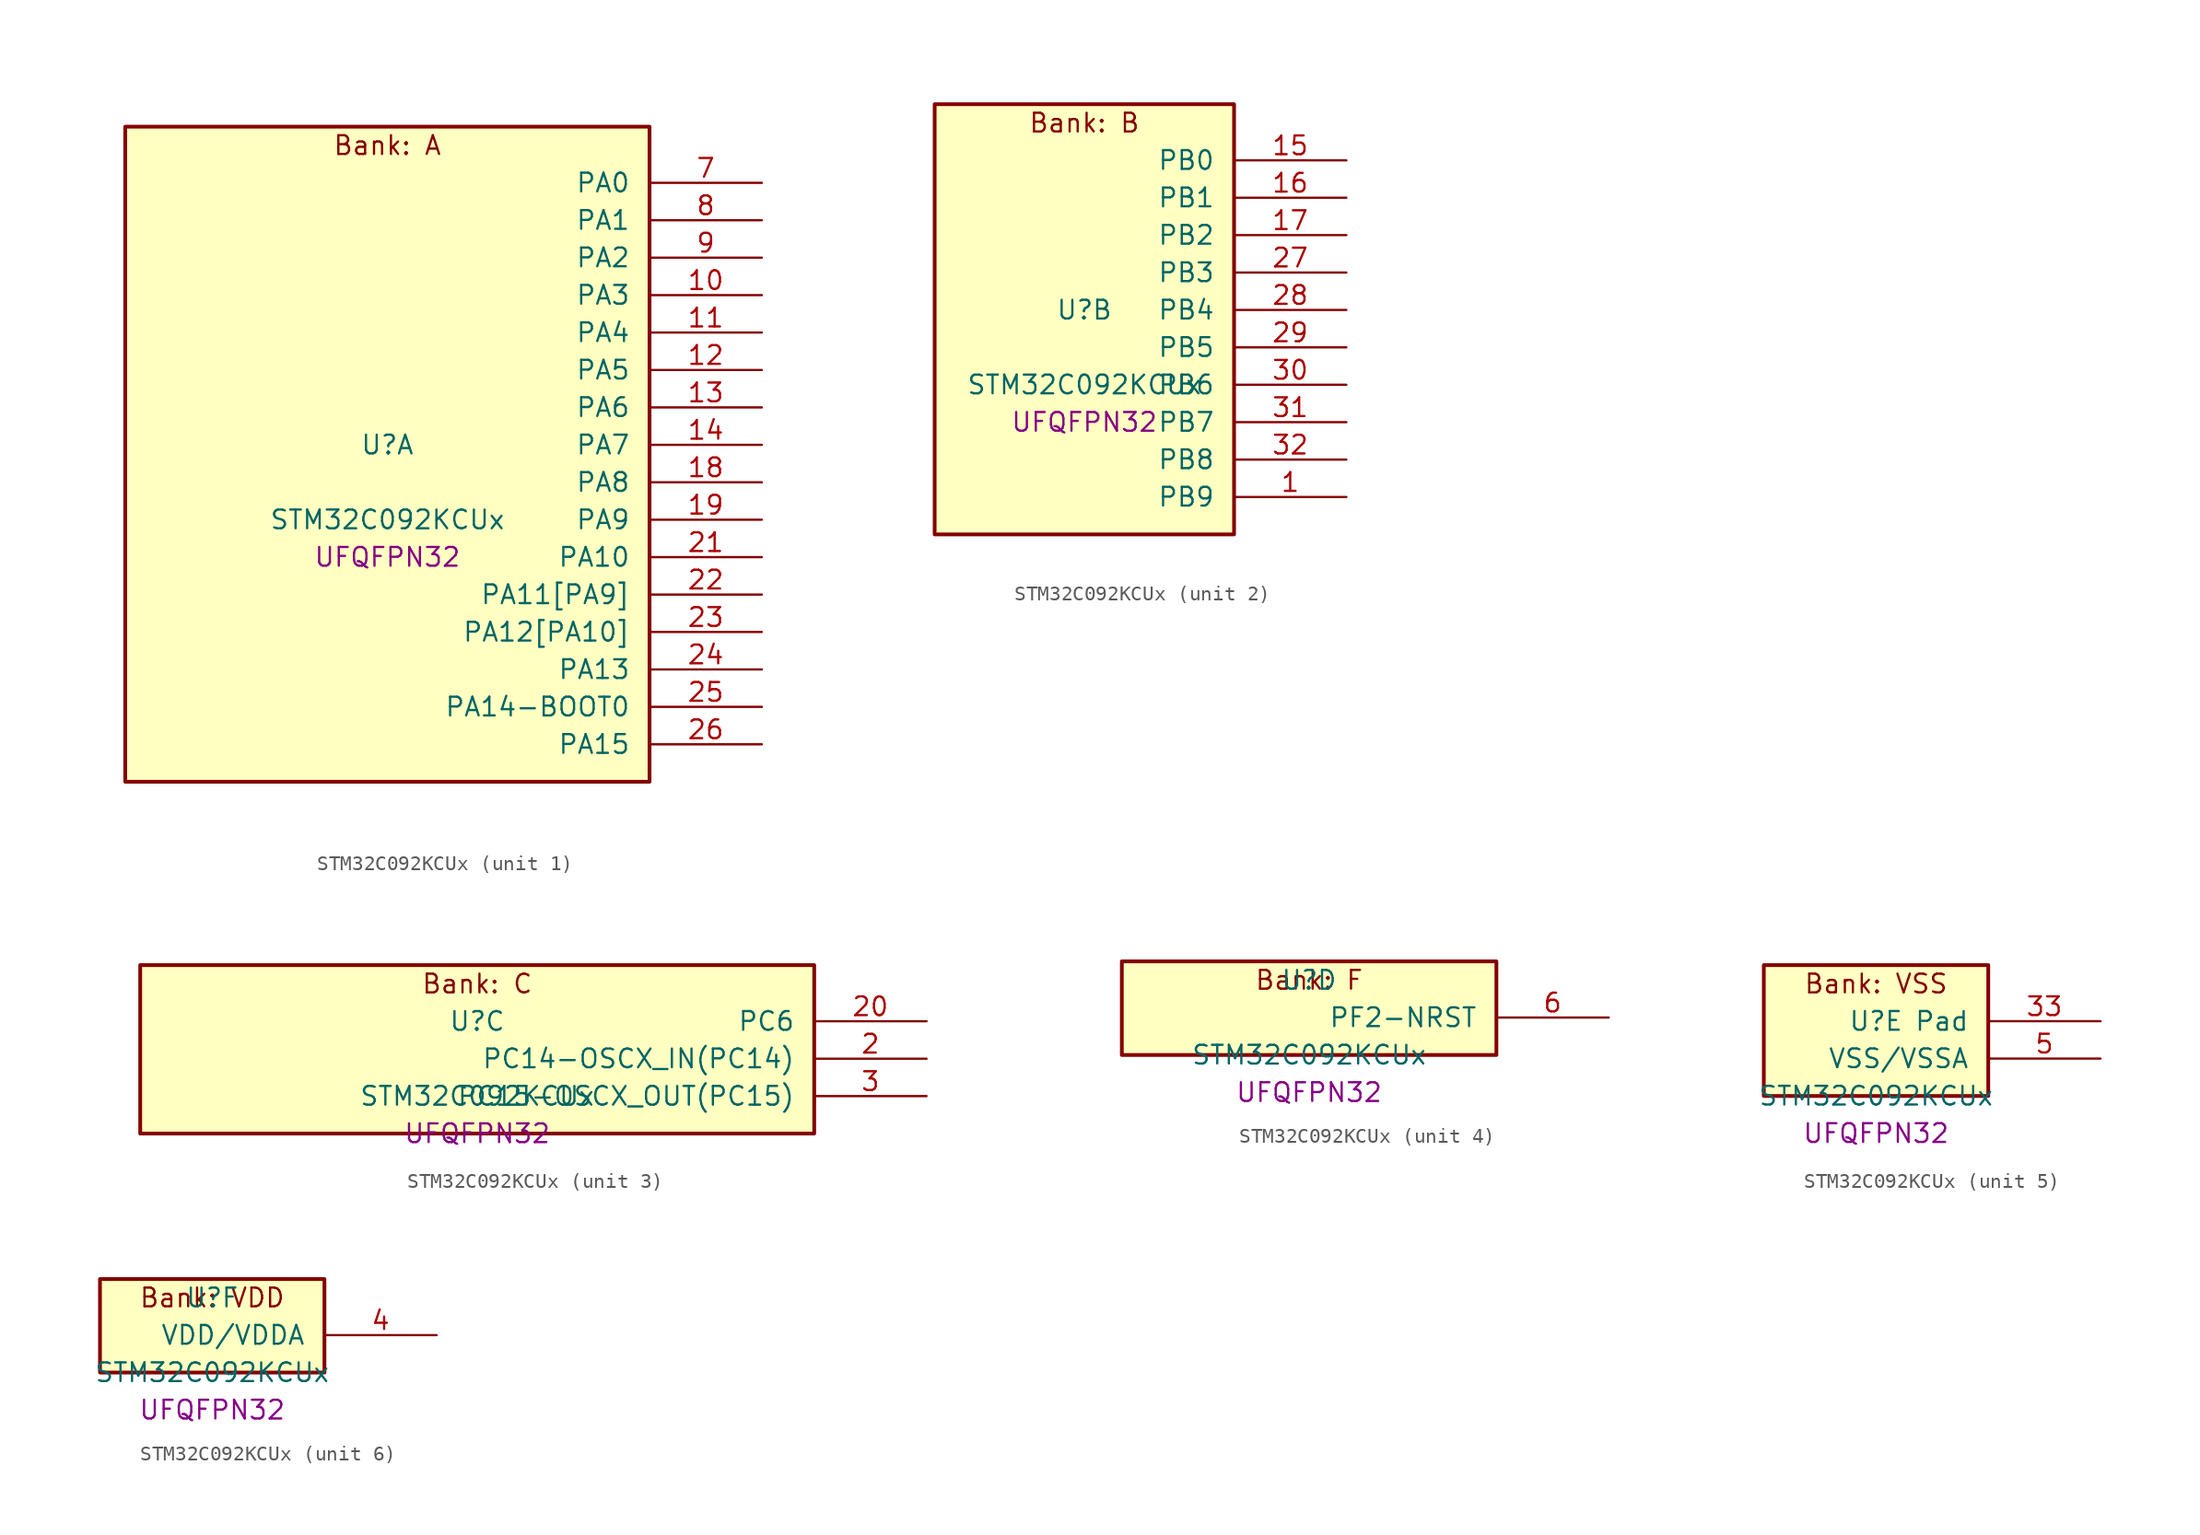
<source format=kicad_sym>
(kicad_symbol_lib
  (version 20241209)
  (generator "stm32_pkl_generator")
  (generator_version "1.0")
  (symbol "STM32C092KCUx"
    (pin_names
      (offset 1.27))
    (property "Reference" "U"
      (at 0 2.54 0))
    (property "Value" "STM32C092KCUx"
      (at 0 -2.54 0))
    (property "Footprint" "UFQFPN32"
      (at 0 -5.08 0))
    (symbol "STM32C092KCUx_1_1"
      (rectangle (start -17.78 24.13) (end 17.78 -20.32) (stroke (width 0.254) (type solid)) (fill (type background)))
      (text "Bank: A" (at 0 22.86 0))
      (pin bidirectional line (at 25.4 20.32 180) (length 7.62) (name "PA0") (number "7") (alternate "PA0/ADC1_IN0" bidirectional line) (alternate "PA0/PWR_WKUP1" bidirectional line) (alternate "PA0/SPI2_SCK" bidirectional line) (alternate "PA0/TIM16_CH1" bidirectional line) (alternate "PA0/TIM1_CH1" bidirectional line) (alternate "PA0/TIM2_CH1" bidirectional line) (alternate "PA0/TIM2_ETR" bidirectional line) (alternate "PA0/USART1_TX" bidirectional line) (alternate "PA0/USART2_CTS" bidirectional line) (alternate "PA0/USART2_NSS" bidirectional line) (alternate "PA0/USART4_TX" bidirectional line))
      (pin bidirectional line (at 25.4 17.78 180) (length 7.62) (name "PA1") (number "8") (alternate "PA1/ADC1_IN1" bidirectional line) (alternate "PA1/I2C1_SMBA" bidirectional line) (alternate "PA1/I2S1_CK" bidirectional line) (alternate "PA1/SPI1_SCK" bidirectional line) (alternate "PA1/TIM15_CH1N" bidirectional line) (alternate "PA1/TIM17_CH1" bidirectional line) (alternate "PA1/TIM1_CH2" bidirectional line) (alternate "PA1/TIM2_CH2" bidirectional line) (alternate "PA1/USART1_RX" bidirectional line) (alternate "PA1/USART2_CK" bidirectional line) (alternate "PA1/USART2_DE" bidirectional line) (alternate "PA1/USART2_RTS" bidirectional line) (alternate "PA1/USART4_RX" bidirectional line))
      (pin bidirectional line (at 25.4 15.24 180) (length 7.62) (name "PA2") (number "9") (alternate "PA2/ADC1_IN2" bidirectional line) (alternate "PA2/I2S1_SD" bidirectional line) (alternate "PA2/PWR_WKUP4" bidirectional line) (alternate "PA2/RCC_LSCO" bidirectional line) (alternate "PA2/SPI1_MOSI" bidirectional line) (alternate "PA2/TIM15_CH1" bidirectional line) (alternate "PA2/TIM16_CH1N" bidirectional line) (alternate "PA2/TIM1_CH3" bidirectional line) (alternate "PA2/TIM2_CH3" bidirectional line) (alternate "PA2/TIM3_ETR" bidirectional line) (alternate "PA2/USART2_TX" bidirectional line))
      (pin bidirectional line (at 25.4 12.7 180) (length 7.62) (name "PA3") (number "10") (alternate "PA3/ADC1_IN3" bidirectional line) (alternate "PA3/SPI2_MISO" bidirectional line) (alternate "PA3/TIM15_CH2" bidirectional line) (alternate "PA3/TIM1_CH1N" bidirectional line) (alternate "PA3/TIM1_CH4" bidirectional line) (alternate "PA3/TIM2_CH4" bidirectional line) (alternate "PA3/USART2_RX" bidirectional line))
      (pin bidirectional line (at 25.4 10.16 180) (length 7.62) (name "PA4") (number "11") (alternate "PA4/ADC1_IN4" bidirectional line) (alternate "PA4/I2S1_WS" bidirectional line) (alternate "PA4/PWR_WKUP2" bidirectional line) (alternate "PA4/RTC_OUT1" bidirectional line) (alternate "PA4/RTC_TS" bidirectional line) (alternate "PA4/SPI1_NSS" bidirectional line) (alternate "PA4/SPI2_MOSI" bidirectional line) (alternate "PA4/TIM14_CH1" bidirectional line) (alternate "PA4/TIM17_CH1N" bidirectional line) (alternate "PA4/TIM1_CH2N" bidirectional line) (alternate "PA4/USART2_TX" bidirectional line))
      (pin bidirectional line (at 25.4 7.62 180) (length 7.62) (name "PA5") (number "12") (alternate "PA5/ADC1_IN5" bidirectional line) (alternate "PA5/I2S1_CK" bidirectional line) (alternate "PA5/SPI1_SCK" bidirectional line) (alternate "PA5/TIM1_CH1" bidirectional line) (alternate "PA5/TIM1_CH3N" bidirectional line) (alternate "PA5/TIM2_CH1" bidirectional line) (alternate "PA5/TIM2_ETR" bidirectional line) (alternate "PA5/USART2_RX" bidirectional line) (alternate "PA5/USART3_TX" bidirectional line))
      (pin bidirectional line (at 25.4 5.08 180) (length 7.62) (name "PA6") (number "13") (alternate "PA6/ADC1_IN6" bidirectional line) (alternate "PA6/I2C2_SDA" bidirectional line) (alternate "PA6/I2S1_MCK" bidirectional line) (alternate "PA6/SPI1_MISO" bidirectional line) (alternate "PA6/TIM16_CH1" bidirectional line) (alternate "PA6/TIM1_BKIN" bidirectional line) (alternate "PA6/TIM3_CH1" bidirectional line) (alternate "PA6/USART3_CTS" bidirectional line) (alternate "PA6/USART3_NSS" bidirectional line))
      (pin bidirectional line (at 25.4 2.54 180) (length 7.62) (name "PA7") (number "14") (alternate "PA7/ADC1_IN7" bidirectional line) (alternate "PA7/I2C2_SCL" bidirectional line) (alternate "PA7/I2S1_SD" bidirectional line) (alternate "PA7/SPI1_MOSI" bidirectional line) (alternate "PA7/TIM14_CH1" bidirectional line) (alternate "PA7/TIM17_CH1" bidirectional line) (alternate "PA7/TIM1_CH1N" bidirectional line) (alternate "PA7/TIM3_CH2" bidirectional line))
      (pin bidirectional line (at 25.4 0 180) (length 7.62) (name "PA8") (number "18") (alternate "PA8/ADC1_IN8" bidirectional line) (alternate "PA8/I2S1_WS" bidirectional line) (alternate "PA8/RCC_MCO" bidirectional line) (alternate "PA8/RCC_MCO_2" bidirectional line) (alternate "PA8/SPI1_NSS" bidirectional line) (alternate "PA8/SPI2_MISO" bidirectional line) (alternate "PA8/SPI2_NSS" bidirectional line) (alternate "PA8/TIM14_CH1" bidirectional line) (alternate "PA8/TIM1_CH1" bidirectional line) (alternate "PA8/TIM1_CH2N" bidirectional line) (alternate "PA8/TIM1_CH3N" bidirectional line) (alternate "PA8/TIM3_CH3" bidirectional line) (alternate "PA8/TIM3_CH4" bidirectional line) (alternate "PA8/USART1_RX" bidirectional line) (alternate "PA8/USART2_TX" bidirectional line))
      (pin bidirectional line (at 25.4 -2.54 180) (length 7.62) (name "PA9") (number "19") (alternate "PA9/I2C1_SCL" bidirectional line) (alternate "PA9/I2C2_SCL" bidirectional line) (alternate "PA9/RCC_MCO" bidirectional line) (alternate "PA9/SPI2_MISO" bidirectional line) (alternate "PA9/TIM15_BKIN" bidirectional line) (alternate "PA9/TIM1_CH2" bidirectional line) (alternate "PA9/TIM3_ETR" bidirectional line) (alternate "PA9/USART1_TX" bidirectional line) (alternate "PA9/NC" bidirectional line))
      (pin bidirectional line (at 25.4 -5.08 180) (length 7.62) (name "PA10") (number "21") (alternate "PA10/I2C1_SDA" bidirectional line) (alternate "PA10/I2C2_SDA" bidirectional line) (alternate "PA10/RCC_MCO_2" bidirectional line) (alternate "PA10/SPI2_MOSI" bidirectional line) (alternate "PA10/TIM17_BKIN" bidirectional line) (alternate "PA10/TIM1_CH3" bidirectional line) (alternate "PA10/USART1_RX" bidirectional line) (alternate "PA10/NC" bidirectional line))
      (pin bidirectional line (at 25.4 -7.62 180) (length 7.62) (name "PA11[PA9]") (number "22") (alternate "PA11[PA9]/ADC1_EXTI11" bidirectional line) (alternate "PA11[PA9]/FDCAN1_RX" bidirectional line) (alternate "PA11[PA9]/I2C2_SCL" bidirectional line) (alternate "PA11[PA9]/I2S1_MCK" bidirectional line) (alternate "PA11[PA9]/SPI1_MISO" bidirectional line) (alternate "PA11[PA9]/TIM1_BKIN2" bidirectional line) (alternate "PA11[PA9]/TIM1_CH4" bidirectional line) (alternate "PA11[PA9]/USART1_CTS" bidirectional line) (alternate "PA11[PA9]/USART1_NSS" bidirectional line) (alternate "PA11[PA9]/PA9[PA11]" bidirectional line) (alternate "PA11[PA9]/I2C1_SCL" bidirectional line) (alternate "PA11[PA9]/RCC_MCO" bidirectional line) (alternate "PA11[PA9]/SPI2_MISO" bidirectional line) (alternate "PA11[PA9]/TIM15_BKIN" bidirectional line) (alternate "PA11[PA9]/TIM1_CH2" bidirectional line) (alternate "PA11[PA9]/TIM3_ETR" bidirectional line) (alternate "PA11[PA9]/USART1_TX" bidirectional line))
      (pin bidirectional line (at 25.4 -10.16 180) (length 7.62) (name "PA12[PA10]") (number "23") (alternate "PA12[PA10]/FDCAN1_TX" bidirectional line) (alternate "PA12[PA10]/I2C2_SDA" bidirectional line) (alternate "PA12[PA10]/I2S1_SD" bidirectional line) (alternate "PA12[PA10]/I2S_CKIN" bidirectional line) (alternate "PA12[PA10]/SPI1_MOSI" bidirectional line) (alternate "PA12[PA10]/TIM1_ETR" bidirectional line) (alternate "PA12[PA10]/USART1_CK" bidirectional line) (alternate "PA12[PA10]/USART1_DE" bidirectional line) (alternate "PA12[PA10]/USART1_RTS" bidirectional line) (alternate "PA12[PA10]/PA10[PA12]" bidirectional line) (alternate "PA12[PA10]/I2C1_SDA" bidirectional line) (alternate "PA12[PA10]/RCC_MCO_2" bidirectional line) (alternate "PA12[PA10]/SPI2_MOSI" bidirectional line) (alternate "PA12[PA10]/TIM17_BKIN" bidirectional line) (alternate "PA12[PA10]/TIM1_CH3" bidirectional line) (alternate "PA12[PA10]/USART1_RX" bidirectional line))
      (pin bidirectional line (at 25.4 -12.7 180) (length 7.62) (name "PA13") (number "24") (alternate "PA13/ADC1_IN13" bidirectional line) (alternate "PA13/DEBUG_SWDIO" bidirectional line) (alternate "PA13/IR_OUT" bidirectional line) (alternate "PA13/TIM3_ETR" bidirectional line) (alternate "PA13/USART2_RX" bidirectional line))
      (pin bidirectional line (at 25.4 -15.24 180) (length 7.62) (name "PA14-BOOT0") (number "25") (alternate "PA14-BOOT0/ADC1_IN14" bidirectional line) (alternate "PA14-BOOT0/BOOT0" bidirectional line) (alternate "PA14-BOOT0/DEBUG_SWCLK" bidirectional line) (alternate "PA14-BOOT0/I2S1_WS" bidirectional line) (alternate "PA14-BOOT0/RCC_MCO_2" bidirectional line) (alternate "PA14-BOOT0/SPI1_NSS" bidirectional line) (alternate "PA14-BOOT0/TIM1_CH1" bidirectional line) (alternate "PA14-BOOT0/USART1_CK" bidirectional line) (alternate "PA14-BOOT0/USART1_DE" bidirectional line) (alternate "PA14-BOOT0/USART1_RTS" bidirectional line) (alternate "PA14-BOOT0/USART2_RX" bidirectional line) (alternate "PA14-BOOT0/USART2_TX" bidirectional line))
      (pin bidirectional line (at 25.4 -17.78 180) (length 7.62) (name "PA15") (number "26") (alternate "PA15/I2S1_WS" bidirectional line) (alternate "PA15/RCC_MCO_2" bidirectional line) (alternate "PA15/SPI1_NSS" bidirectional line) (alternate "PA15/TIM1_CH1" bidirectional line) (alternate "PA15/TIM2_CH1" bidirectional line) (alternate "PA15/TIM2_ETR" bidirectional line) (alternate "PA15/USART1_CK" bidirectional line) (alternate "PA15/USART1_DE" bidirectional line) (alternate "PA15/USART1_RTS" bidirectional line) (alternate "PA15/USART2_RX" bidirectional line) (alternate "PA15/USART3_CK" bidirectional line) (alternate "PA15/USART3_DE" bidirectional line) (alternate "PA15/USART3_RTS" bidirectional line) (alternate "PA15/USART4_CK" bidirectional line) (alternate "PA15/USART4_DE" bidirectional line) (alternate "PA15/USART4_RTS" bidirectional line)))
    (symbol "STM32C092KCUx_2_1"
      (rectangle (start -10.16 16.51) (end 10.16 -12.7) (stroke (width 0.254) (type solid)) (fill (type background)))
      (text "Bank: B" (at 0 15.24 0))
      (pin bidirectional line (at 17.78 12.7 180) (length 7.62) (name "PB0") (number "15") (alternate "PB0/ADC1_IN17" bidirectional line) (alternate "PB0/FDCAN1_RX" bidirectional line) (alternate "PB0/I2S1_WS" bidirectional line) (alternate "PB0/SPI1_NSS" bidirectional line) (alternate "PB0/TIM1_CH2N" bidirectional line) (alternate "PB0/TIM3_CH3" bidirectional line) (alternate "PB0/USART3_RX" bidirectional line))
      (pin bidirectional line (at 17.78 10.16 180) (length 7.62) (name "PB1") (number "16") (alternate "PB1/ADC1_IN18" bidirectional line) (alternate "PB1/FDCAN1_TX" bidirectional line) (alternate "PB1/TIM14_CH1" bidirectional line) (alternate "PB1/TIM1_CH2N" bidirectional line) (alternate "PB1/TIM1_CH3N" bidirectional line) (alternate "PB1/TIM3_CH4" bidirectional line) (alternate "PB1/USART3_CK" bidirectional line) (alternate "PB1/USART3_DE" bidirectional line) (alternate "PB1/USART3_RTS" bidirectional line))
      (pin bidirectional line (at 17.78 7.62 180) (length 7.62) (name "PB2") (number "17") (alternate "PB2/ADC1_IN19" bidirectional line) (alternate "PB2/RCC_MCO_2" bidirectional line) (alternate "PB2/SPI2_MISO" bidirectional line) (alternate "PB2/USART1_RX" bidirectional line) (alternate "PB2/USART3_TX" bidirectional line))
      (pin bidirectional line (at 17.78 5.08 180) (length 7.62) (name "PB3") (number "27") (alternate "PB3/I2C2_SCL" bidirectional line) (alternate "PB3/I2S1_CK" bidirectional line) (alternate "PB3/SPI1_SCK" bidirectional line) (alternate "PB3/TIM1_CH2" bidirectional line) (alternate "PB3/TIM2_CH2" bidirectional line) (alternate "PB3/TIM3_CH2" bidirectional line) (alternate "PB3/USART1_CK" bidirectional line) (alternate "PB3/USART1_DE" bidirectional line) (alternate "PB3/USART1_RTS" bidirectional line))
      (pin bidirectional line (at 17.78 2.54 180) (length 7.62) (name "PB4") (number "28") (alternate "PB4/I2C2_SDA" bidirectional line) (alternate "PB4/I2S1_MCK" bidirectional line) (alternate "PB4/SPI1_MISO" bidirectional line) (alternate "PB4/TIM17_BKIN" bidirectional line) (alternate "PB4/TIM3_CH1" bidirectional line) (alternate "PB4/USART1_CTS" bidirectional line) (alternate "PB4/USART1_NSS" bidirectional line))
      (pin bidirectional line (at 17.78 0 180) (length 7.62) (name "PB5") (number "29") (alternate "PB5/FDCAN1_RX" bidirectional line) (alternate "PB5/I2C1_SMBA" bidirectional line) (alternate "PB5/I2S1_SD" bidirectional line) (alternate "PB5/PWR_WKUP6" bidirectional line) (alternate "PB5/SPI1_MOSI" bidirectional line) (alternate "PB5/TIM16_BKIN" bidirectional line) (alternate "PB5/TIM3_CH2" bidirectional line) (alternate "PB5/TIM3_CH3" bidirectional line))
      (pin bidirectional line (at 17.78 -2.54 180) (length 7.62) (name "PB6") (number "30") (alternate "PB6/FDCAN1_TX" bidirectional line) (alternate "PB6/I2C1_SCL" bidirectional line) (alternate "PB6/I2C1_SMBA" bidirectional line) (alternate "PB6/I2S1_CK" bidirectional line) (alternate "PB6/I2S1_MCK" bidirectional line) (alternate "PB6/I2S1_SD" bidirectional line) (alternate "PB6/PWR_WKUP3" bidirectional line) (alternate "PB6/SPI1_MISO" bidirectional line) (alternate "PB6/SPI1_MOSI" bidirectional line) (alternate "PB6/SPI1_SCK" bidirectional line) (alternate "PB6/SPI2_MISO" bidirectional line) (alternate "PB6/TIM16_BKIN" bidirectional line) (alternate "PB6/TIM16_CH1N" bidirectional line) (alternate "PB6/TIM1_CH2" bidirectional line) (alternate "PB6/TIM1_CH3" bidirectional line) (alternate "PB6/TIM3_CH1" bidirectional line) (alternate "PB6/TIM3_CH2" bidirectional line) (alternate "PB6/TIM3_CH3" bidirectional line) (alternate "PB6/USART1_CTS" bidirectional line) (alternate "PB6/USART1_NSS" bidirectional line) (alternate "PB6/USART1_TX" bidirectional line))
      (pin bidirectional line (at 17.78 -5.08 180) (length 7.62) (name "PB7") (number "31") (alternate "PB7/I2C1_SCL" bidirectional line) (alternate "PB7/I2C1_SDA" bidirectional line) (alternate "PB7/RTC_REFIN" bidirectional line) (alternate "PB7/SPI2_MOSI" bidirectional line) (alternate "PB7/TIM16_CH1" bidirectional line) (alternate "PB7/TIM17_CH1N" bidirectional line) (alternate "PB7/TIM1_CH4" bidirectional line) (alternate "PB7/TIM3_CH1" bidirectional line) (alternate "PB7/TIM3_CH4" bidirectional line) (alternate "PB7/USART1_RX" bidirectional line) (alternate "PB7/USART2_CTS" bidirectional line) (alternate "PB7/USART2_NSS" bidirectional line) (alternate "PB7/USART4_CTS" bidirectional line) (alternate "PB7/USART4_NSS" bidirectional line))
      (pin bidirectional line (at 17.78 -7.62 180) (length 7.62) (name "PB8") (number "32") (alternate "PB8/FDCAN1_RX" bidirectional line) (alternate "PB8/I2C1_SCL" bidirectional line) (alternate "PB8/SPI2_SCK" bidirectional line) (alternate "PB8/TIM15_BKIN" bidirectional line) (alternate "PB8/TIM16_CH1" bidirectional line) (alternate "PB8/TIM3_CH1" bidirectional line) (alternate "PB8/USART2_CTS" bidirectional line) (alternate "PB8/USART2_NSS" bidirectional line) (alternate "PB8/USART3_TX" bidirectional line))
      (pin bidirectional line (at 17.78 -10.16 180) (length 7.62) (name "PB9") (number "1") (alternate "PB9/FDCAN1_TX" bidirectional line) (alternate "PB9/I2C1_SDA" bidirectional line) (alternate "PB9/IR_OUT" bidirectional line) (alternate "PB9/SPI2_NSS" bidirectional line) (alternate "PB9/TIM17_CH1" bidirectional line) (alternate "PB9/TIM3_CH2" bidirectional line) (alternate "PB9/USART2_CK" bidirectional line) (alternate "PB9/USART2_DE" bidirectional line) (alternate "PB9/USART2_RTS" bidirectional line) (alternate "PB9/USART3_RX" bidirectional line)))
    (symbol "STM32C092KCUx_3_1"
      (rectangle (start -22.86 6.35) (end 22.86 -5.08) (stroke (width 0.254) (type solid)) (fill (type background)))
      (text "Bank: C" (at 0 5.08 0))
      (pin bidirectional line (at 30.48 2.54 180) (length 7.62) (name "PC6") (number "20") (alternate "PC6/TIM2_CH3" bidirectional line) (alternate "PC6/TIM3_CH1" bidirectional line))
      (pin bidirectional line (at 30.48 0 180) (length 7.62) (name "PC14-OSCX_IN(PC14)") (number "2") (alternate "PC14-OSCX_IN(PC14)/FDCAN1_TX" bidirectional line) (alternate "PC14-OSCX_IN(PC14)/I2C1_SDA" bidirectional line) (alternate "PC14-OSCX_IN(PC14)/IR_OUT" bidirectional line) (alternate "PC14-OSCX_IN(PC14)/RCC_OSCX_IN" bidirectional line) (alternate "PC14-OSCX_IN(PC14)/SPI2_NSS" bidirectional line) (alternate "PC14-OSCX_IN(PC14)/TIM17_CH1" bidirectional line) (alternate "PC14-OSCX_IN(PC14)/TIM1_BKIN2" bidirectional line) (alternate "PC14-OSCX_IN(PC14)/TIM1_ETR" bidirectional line) (alternate "PC14-OSCX_IN(PC14)/TIM3_CH2" bidirectional line) (alternate "PC14-OSCX_IN(PC14)/USART1_TX" bidirectional line) (alternate "PC14-OSCX_IN(PC14)/USART2_CK" bidirectional line) (alternate "PC14-OSCX_IN(PC14)/USART2_DE" bidirectional line) (alternate "PC14-OSCX_IN(PC14)/USART2_RTS" bidirectional line) (alternate "PC14-OSCX_IN(PC14)/USART3_TX" bidirectional line))
      (pin bidirectional line (at 30.48 -2.54 180) (length 7.62) (name "PC15-OSCX_OUT(PC15)") (number "3") (alternate "PC15-OSCX_OUT(PC15)/RCC_OSC32_EN" bidirectional line) (alternate "PC15-OSCX_OUT(PC15)/RCC_OSCX_OUT" bidirectional line) (alternate "PC15-OSCX_OUT(PC15)/RCC_OSC_EN" bidirectional line) (alternate "PC15-OSCX_OUT(PC15)/TIM15_BKIN" bidirectional line) (alternate "PC15-OSCX_OUT(PC15)/TIM1_ETR" bidirectional line) (alternate "PC15-OSCX_OUT(PC15)/TIM3_CH3" bidirectional line)))
    (symbol "STM32C092KCUx_4_1"
      (rectangle (start -12.7 3.81) (end 12.7 -2.54) (stroke (width 0.254) (type solid)) (fill (type background)))
      (text "Bank: F" (at 0 2.54 0))
      (pin bidirectional line (at 20.32 0 180) (length 7.62) (name "PF2-NRST") (number "6") (alternate "PF2-NRST/RCC_MCO" bidirectional line) (alternate "PF2-NRST/TIM1_CH4" bidirectional line)))
    (symbol "STM32C092KCUx_5_1"
      (rectangle (start -7.62 6.35) (end 7.62 -2.54) (stroke (width 0.254) (type solid)) (fill (type background)))
      (text "Bank: VSS" (at 0 5.08 0))
      (pin passive line (at 15.24 2.54 180) (length 7.62) (name "Pad") (number "33"))
      (pin power_in line (at 15.24 0 180) (length 7.62) (name "VSS/VSSA") (number "5")))
    (symbol "STM32C092KCUx_6_1"
      (rectangle (start -7.62 3.81) (end 7.62 -2.54) (stroke (width 0.254) (type solid)) (fill (type background)))
      (text "Bank: VDD" (at 0 2.54 0))
      (pin power_in line (at 15.24 0 180) (length 7.62) (name "VDD/VDDA") (number "4")))))
</source>
